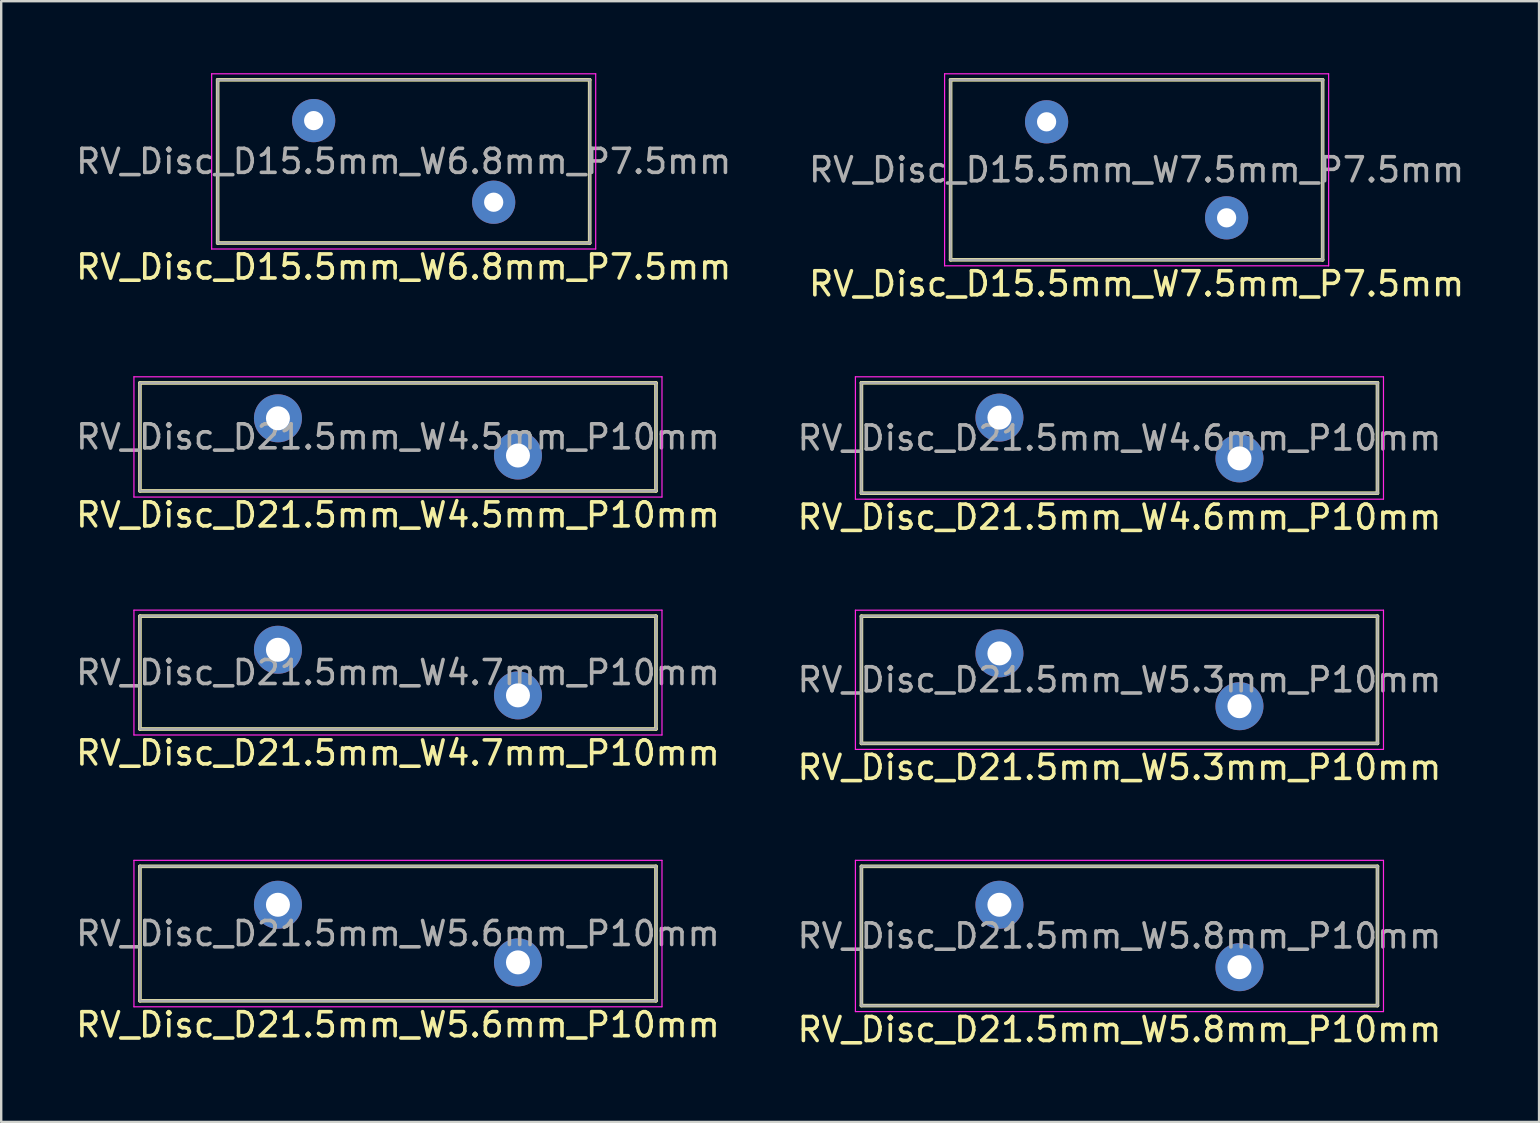
<source format=kicad_pcb>
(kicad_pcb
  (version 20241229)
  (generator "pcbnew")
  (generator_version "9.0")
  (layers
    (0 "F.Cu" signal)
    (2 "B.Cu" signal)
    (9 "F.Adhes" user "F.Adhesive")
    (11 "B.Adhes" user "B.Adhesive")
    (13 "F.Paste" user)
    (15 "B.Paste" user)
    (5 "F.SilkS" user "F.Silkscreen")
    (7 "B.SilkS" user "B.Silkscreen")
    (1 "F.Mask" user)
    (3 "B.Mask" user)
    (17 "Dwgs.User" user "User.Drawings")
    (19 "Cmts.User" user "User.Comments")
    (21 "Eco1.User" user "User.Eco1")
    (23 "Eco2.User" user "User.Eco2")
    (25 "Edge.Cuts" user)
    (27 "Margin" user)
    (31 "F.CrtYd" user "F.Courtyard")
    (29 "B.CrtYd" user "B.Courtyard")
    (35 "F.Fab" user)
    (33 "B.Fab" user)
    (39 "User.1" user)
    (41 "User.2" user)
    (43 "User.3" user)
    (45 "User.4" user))
  (footprint "RV_Disc_D15.5mm_W6.8mm_P7.5mm"
    (layer "F.Cu")
    (at 10.018 1.975)
    (property "Reference" "RV_Disc_D15.5mm_W6.8mm_P7.5mm" (at 3.75 6.1 0) (layer "F.SilkS") (effects (font (size 1 1) (thickness 0.15))))
    (attr through_hole)
    (fp_line (start -4 -1.7) (end -4 5.1) (stroke (width 0.15) (type solid)) (layer "F.SilkS"))
    (fp_line (start -4 -1.7) (end 11.5 -1.7) (stroke (width 0.15) (type solid)) (layer "F.SilkS"))
    (fp_line (start -4 5.1) (end 11.5 5.1) (stroke (width 0.15) (type solid)) (layer "F.SilkS"))
    (fp_line (start 11.5 -1.7) (end 11.5 5.1) (stroke (width 0.15) (type solid)) (layer "F.SilkS"))
    (fp_line (start -4.25 -1.95) (end -4.25 5.35) (stroke (width 0.05) (type solid)) (layer "F.CrtYd"))
    (fp_line (start -4.25 -1.95) (end 11.75 -1.95) (stroke (width 0.05) (type solid)) (layer "F.CrtYd"))
    (fp_line (start -4.25 5.35) (end 11.75 5.35) (stroke (width 0.05) (type solid)) (layer "F.CrtYd"))
    (fp_line (start 11.75 -1.95) (end 11.75 5.35) (stroke (width 0.05) (type solid)) (layer "F.CrtYd"))
    (fp_line (start -4 -1.7) (end -4 5.1) (stroke (width 0.1) (type solid)) (layer "F.Fab"))
    (fp_line (start -4 -1.7) (end 11.5 -1.7) (stroke (width 0.1) (type solid)) (layer "F.Fab"))
    (fp_line (start -4 5.1) (end 11.5 5.1) (stroke (width 0.1) (type solid)) (layer "F.Fab"))
    (fp_line (start 11.5 -1.7) (end 11.5 5.1) (stroke (width 0.1) (type solid)) (layer "F.Fab"))
    (fp_text user "${REFERENCE}" (at 3.75 1.7 0) (layer "F.Fab") (effects (font (size 1 1) (thickness 0.15))))
    (pad "1" thru_hole circle (at 0 0) (size 1.8 1.8) (drill 0.8) (layers "*.Cu" "*.Mask"))
    (pad "2" thru_hole circle (at 7.5 3.4) (size 1.8 1.8) (drill 0.8) (layers "*.Cu" "*.Mask")))
  (footprint "RV_Disc_D21.5mm_W5.8mm_P10mm"
    (layer "F.Cu")
    (at 38.589 34.645)
    (property "Reference" "RV_Disc_D21.5mm_W5.8mm_P10mm" (at 5 5.2 0) (layer "F.SilkS") (effects (font (size 1 1) (thickness 0.15))))
    (attr through_hole)
    (fp_line (start -5.75 -1.6) (end -5.75 4.2) (stroke (width 0.15) (type solid)) (layer "F.SilkS"))
    (fp_line (start -5.75 -1.6) (end 15.75 -1.6) (stroke (width 0.15) (type solid)) (layer "F.SilkS"))
    (fp_line (start -5.75 4.2) (end 15.75 4.2) (stroke (width 0.15) (type solid)) (layer "F.SilkS"))
    (fp_line (start 15.75 -1.6) (end 15.75 4.2) (stroke (width 0.15) (type solid)) (layer "F.SilkS"))
    (fp_line (start -6 -1.85) (end -6 4.45) (stroke (width 0.05) (type solid)) (layer "F.CrtYd"))
    (fp_line (start -6 -1.85) (end 16 -1.85) (stroke (width 0.05) (type solid)) (layer "F.CrtYd"))
    (fp_line (start -6 4.45) (end 16 4.45) (stroke (width 0.05) (type solid)) (layer "F.CrtYd"))
    (fp_line (start 16 -1.85) (end 16 4.45) (stroke (width 0.05) (type solid)) (layer "F.CrtYd"))
    (fp_line (start -5.75 -1.6) (end -5.75 4.2) (stroke (width 0.1) (type solid)) (layer "F.Fab"))
    (fp_line (start -5.75 -1.6) (end 15.75 -1.6) (stroke (width 0.1) (type solid)) (layer "F.Fab"))
    (fp_line (start -5.75 4.2) (end 15.75 4.2) (stroke (width 0.1) (type solid)) (layer "F.Fab"))
    (fp_line (start 15.75 -1.6) (end 15.75 4.2) (stroke (width 0.1) (type solid)) (layer "F.Fab"))
    (fp_text user "${REFERENCE}" (at 5 1.3 0) (layer "F.Fab") (effects (font (size 1 1) (thickness 0.15))))
    (pad "1" thru_hole circle (at 0 0) (size 2 2) (drill 1) (layers "*.Cu" "*.Mask"))
    (pad "2" thru_hole circle (at 10 2.6) (size 2 2) (drill 1) (layers "*.Cu" "*.Mask")))
  (footprint "RV_Disc_D21.5mm_W4.6mm_P10mm"
    (layer "F.Cu")
    (at 38.589 14.348)
    (property "Reference" "RV_Disc_D21.5mm_W4.6mm_P10mm" (at 5 4.15 0) (layer "F.SilkS") (effects (font (size 1 1) (thickness 0.15))))
    (attr through_hole)
    (fp_line (start -5.75 -1.45) (end -5.75 3.15) (stroke (width 0.15) (type solid)) (layer "F.SilkS"))
    (fp_line (start -5.75 -1.45) (end 15.75 -1.45) (stroke (width 0.15) (type solid)) (layer "F.SilkS"))
    (fp_line (start -5.75 3.15) (end 15.75 3.15) (stroke (width 0.15) (type solid)) (layer "F.SilkS"))
    (fp_line (start 15.75 -1.45) (end 15.75 3.15) (stroke (width 0.15) (type solid)) (layer "F.SilkS"))
    (fp_line (start -6 -1.7) (end -6 3.4) (stroke (width 0.05) (type solid)) (layer "F.CrtYd"))
    (fp_line (start -6 -1.7) (end 16 -1.7) (stroke (width 0.05) (type solid)) (layer "F.CrtYd"))
    (fp_line (start -6 3.4) (end 16 3.4) (stroke (width 0.05) (type solid)) (layer "F.CrtYd"))
    (fp_line (start 16 -1.7) (end 16 3.4) (stroke (width 0.05) (type solid)) (layer "F.CrtYd"))
    (fp_line (start -5.75 -1.45) (end -5.75 3.15) (stroke (width 0.1) (type solid)) (layer "F.Fab"))
    (fp_line (start -5.75 -1.45) (end 15.75 -1.45) (stroke (width 0.1) (type solid)) (layer "F.Fab"))
    (fp_line (start -5.75 3.15) (end 15.75 3.15) (stroke (width 0.1) (type solid)) (layer "F.Fab"))
    (fp_line (start 15.75 -1.45) (end 15.75 3.15) (stroke (width 0.1) (type solid)) (layer "F.Fab"))
    (fp_text user "${REFERENCE}" (at 5 0.85 0) (layer "F.Fab") (effects (font (size 1 1) (thickness 0.15))))
    (pad "1" thru_hole circle (at 0 0) (size 2 2) (drill 1) (layers "*.Cu" "*.Mask"))
    (pad "2" thru_hole circle (at 10 1.7) (size 2 2) (drill 1) (layers "*.Cu" "*.Mask")))
  (footprint "RV_Disc_D21.5mm_W4.5mm_P10mm"
    (layer "F.Cu")
    (at 8.53 14.378)
    (property "Reference" "RV_Disc_D21.5mm_W4.5mm_P10mm" (at 5 4.025 0) (layer "F.SilkS") (effects (font (size 1 1) (thickness 0.15))))
    (attr through_hole)
    (fp_line (start -5.75 -1.475) (end -5.75 3.025) (stroke (width 0.15) (type solid)) (layer "F.SilkS"))
    (fp_line (start -5.75 -1.475) (end 15.75 -1.475) (stroke (width 0.15) (type solid)) (layer "F.SilkS"))
    (fp_line (start -5.75 3.025) (end 15.75 3.025) (stroke (width 0.15) (type solid)) (layer "F.SilkS"))
    (fp_line (start 15.75 -1.475) (end 15.75 3.025) (stroke (width 0.15) (type solid)) (layer "F.SilkS"))
    (fp_line (start -6 -1.73) (end -6 3.28) (stroke (width 0.05) (type solid)) (layer "F.CrtYd"))
    (fp_line (start -6 -1.73) (end 16 -1.73) (stroke (width 0.05) (type solid)) (layer "F.CrtYd"))
    (fp_line (start -6 3.28) (end 16 3.28) (stroke (width 0.05) (type solid)) (layer "F.CrtYd"))
    (fp_line (start 16 -1.73) (end 16 3.28) (stroke (width 0.05) (type solid)) (layer "F.CrtYd"))
    (fp_line (start -5.75 -1.475) (end -5.75 3.025) (stroke (width 0.1) (type solid)) (layer "F.Fab"))
    (fp_line (start -5.75 -1.475) (end 15.75 -1.475) (stroke (width 0.1) (type solid)) (layer "F.Fab"))
    (fp_line (start -5.75 3.025) (end 15.75 3.025) (stroke (width 0.1) (type solid)) (layer "F.Fab"))
    (fp_line (start 15.75 -1.475) (end 15.75 3.025) (stroke (width 0.1) (type solid)) (layer "F.Fab"))
    (fp_text user "${REFERENCE}" (at 5 0.775 0) (layer "F.Fab") (effects (font (size 1 1) (thickness 0.15))))
    (pad "1" thru_hole circle (at 0 0) (size 2 2) (drill 1) (layers "*.Cu" "*.Mask"))
    (pad "2" thru_hole circle (at 10 1.55) (size 2 2) (drill 1) (layers "*.Cu" "*.Mask")))
  (footprint "RV_Disc_D21.5mm_W5.3mm_P10mm"
    (layer "F.Cu")
    (at 38.589 24.172)
    (property "Reference" "RV_Disc_D21.5mm_W5.3mm_P10mm" (at 5 4.75 0) (layer "F.SilkS") (effects (font (size 1 1) (thickness 0.15))))
    (attr through_hole)
    (fp_line (start -5.75 -1.55) (end -5.75 3.75) (stroke (width 0.15) (type solid)) (layer "F.SilkS"))
    (fp_line (start -5.75 -1.55) (end 15.75 -1.55) (stroke (width 0.15) (type solid)) (layer "F.SilkS"))
    (fp_line (start -5.75 3.75) (end 15.75 3.75) (stroke (width 0.15) (type solid)) (layer "F.SilkS"))
    (fp_line (start 15.75 -1.55) (end 15.75 3.75) (stroke (width 0.15) (type solid)) (layer "F.SilkS"))
    (fp_line (start -6 -1.8) (end -6 4) (stroke (width 0.05) (type solid)) (layer "F.CrtYd"))
    (fp_line (start -6 -1.8) (end 16 -1.8) (stroke (width 0.05) (type solid)) (layer "F.CrtYd"))
    (fp_line (start -6 4) (end 16 4) (stroke (width 0.05) (type solid)) (layer "F.CrtYd"))
    (fp_line (start 16 -1.8) (end 16 4) (stroke (width 0.05) (type solid)) (layer "F.CrtYd"))
    (fp_line (start -5.75 -1.55) (end -5.75 3.75) (stroke (width 0.1) (type solid)) (layer "F.Fab"))
    (fp_line (start -5.75 -1.55) (end 15.75 -1.55) (stroke (width 0.1) (type solid)) (layer "F.Fab"))
    (fp_line (start -5.75 3.75) (end 15.75 3.75) (stroke (width 0.1) (type solid)) (layer "F.Fab"))
    (fp_line (start 15.75 -1.55) (end 15.75 3.75) (stroke (width 0.1) (type solid)) (layer "F.Fab"))
    (fp_text user "${REFERENCE}" (at 5 1.1 0) (layer "F.Fab") (effects (font (size 1 1) (thickness 0.15))))
    (pad "1" thru_hole circle (at 0 0) (size 2 2) (drill 1) (layers "*.Cu" "*.Mask"))
    (pad "2" thru_hole circle (at 10 2.2) (size 2 2) (drill 1) (layers "*.Cu" "*.Mask")))
  (footprint "RV_Disc_D15.5mm_W7.5mm_P7.5mm"
    (layer "F.Cu")
    (at 40.554 2.025)
    (property "Reference" "RV_Disc_D15.5mm_W7.5mm_P7.5mm" (at 3.75 6.75 0) (layer "F.SilkS") (effects (font (size 1 1) (thickness 0.15))))
    (attr through_hole)
    (fp_line (start -4 -1.75) (end -4 5.75) (stroke (width 0.15) (type solid)) (layer "F.SilkS"))
    (fp_line (start -4 -1.75) (end 11.5 -1.75) (stroke (width 0.15) (type solid)) (layer "F.SilkS"))
    (fp_line (start -4 5.75) (end 11.5 5.75) (stroke (width 0.15) (type solid)) (layer "F.SilkS"))
    (fp_line (start 11.5 -1.75) (end 11.5 5.75) (stroke (width 0.15) (type solid)) (layer "F.SilkS"))
    (fp_line (start -4.25 -2) (end -4.25 6) (stroke (width 0.05) (type solid)) (layer "F.CrtYd"))
    (fp_line (start -4.25 -2) (end 11.75 -2) (stroke (width 0.05) (type solid)) (layer "F.CrtYd"))
    (fp_line (start -4.25 6) (end 11.75 6) (stroke (width 0.05) (type solid)) (layer "F.CrtYd"))
    (fp_line (start 11.75 -2) (end 11.75 6) (stroke (width 0.05) (type solid)) (layer "F.CrtYd"))
    (fp_line (start -4 -1.75) (end -4 5.75) (stroke (width 0.1) (type solid)) (layer "F.Fab"))
    (fp_line (start -4 -1.75) (end 11.5 -1.75) (stroke (width 0.1) (type solid)) (layer "F.Fab"))
    (fp_line (start -4 5.75) (end 11.5 5.75) (stroke (width 0.1) (type solid)) (layer "F.Fab"))
    (fp_line (start 11.5 -1.75) (end 11.5 5.75) (stroke (width 0.1) (type solid)) (layer "F.Fab"))
    (fp_text user "${REFERENCE}" (at 3.75 2 0) (layer "F.Fab") (effects (font (size 1 1) (thickness 0.15))))
    (pad "1" thru_hole circle (at 0 0) (size 1.8 1.8) (drill 0.8) (layers "*.Cu" "*.Mask"))
    (pad "2" thru_hole circle (at 7.5 4) (size 1.8 1.8) (drill 0.8) (layers "*.Cu" "*.Mask")))
  (footprint "RV_Disc_D21.5mm_W5.6mm_P10mm"
    (layer "F.Cu")
    (at 8.53 34.645)
    (property "Reference" "RV_Disc_D21.5mm_W5.6mm_P10mm" (at 5 5 0) (layer "F.SilkS") (effects (font (size 1 1) (thickness 0.15))))
    (attr through_hole)
    (fp_line (start -5.75 -1.6) (end -5.75 4) (stroke (width 0.15) (type solid)) (layer "F.SilkS"))
    (fp_line (start -5.75 -1.6) (end 15.75 -1.6) (stroke (width 0.15) (type solid)) (layer "F.SilkS"))
    (fp_line (start -5.75 4) (end 15.75 4) (stroke (width 0.15) (type solid)) (layer "F.SilkS"))
    (fp_line (start 15.75 -1.6) (end 15.75 4) (stroke (width 0.15) (type solid)) (layer "F.SilkS"))
    (fp_line (start -6 -1.85) (end -6 4.25) (stroke (width 0.05) (type solid)) (layer "F.CrtYd"))
    (fp_line (start -6 -1.85) (end 16 -1.85) (stroke (width 0.05) (type solid)) (layer "F.CrtYd"))
    (fp_line (start -6 4.25) (end 16 4.25) (stroke (width 0.05) (type solid)) (layer "F.CrtYd"))
    (fp_line (start 16 -1.85) (end 16 4.25) (stroke (width 0.05) (type solid)) (layer "F.CrtYd"))
    (fp_line (start -5.75 -1.6) (end -5.75 4) (stroke (width 0.1) (type solid)) (layer "F.Fab"))
    (fp_line (start -5.75 -1.6) (end 15.75 -1.6) (stroke (width 0.1) (type solid)) (layer "F.Fab"))
    (fp_line (start -5.75 4) (end 15.75 4) (stroke (width 0.1) (type solid)) (layer "F.Fab"))
    (fp_line (start 15.75 -1.6) (end 15.75 4) (stroke (width 0.1) (type solid)) (layer "F.Fab"))
    (fp_text user "${REFERENCE}" (at 5 1.2 0) (layer "F.Fab") (effects (font (size 1 1) (thickness 0.15))))
    (pad "1" thru_hole circle (at 0 0) (size 2 2) (drill 1) (layers "*.Cu" "*.Mask"))
    (pad "2" thru_hole circle (at 10 2.4) (size 2 2) (drill 1) (layers "*.Cu" "*.Mask")))
  (footprint "RV_Disc_D21.5mm_W4.7mm_P10mm"
    (layer "F.Cu")
    (at 8.53 24.021)
    (property "Reference" "RV_Disc_D21.5mm_W4.7mm_P10mm" (at 5 4.3 0) (layer "F.SilkS") (effects (font (size 1 1) (thickness 0.15))))
    (attr through_hole)
    (fp_line (start -5.75 -1.4) (end -5.75 3.3) (stroke (width 0.15) (type solid)) (layer "F.SilkS"))
    (fp_line (start -5.75 -1.4) (end 15.75 -1.4) (stroke (width 0.15) (type solid)) (layer "F.SilkS"))
    (fp_line (start -5.75 3.3) (end 15.75 3.3) (stroke (width 0.15) (type solid)) (layer "F.SilkS"))
    (fp_line (start 15.75 -1.4) (end 15.75 3.3) (stroke (width 0.15) (type solid)) (layer "F.SilkS"))
    (fp_line (start -6 -1.65) (end -6 3.55) (stroke (width 0.05) (type solid)) (layer "F.CrtYd"))
    (fp_line (start -6 -1.65) (end 16 -1.65) (stroke (width 0.05) (type solid)) (layer "F.CrtYd"))
    (fp_line (start -6 3.55) (end 16 3.55) (stroke (width 0.05) (type solid)) (layer "F.CrtYd"))
    (fp_line (start 16 -1.65) (end 16 3.55) (stroke (width 0.05) (type solid)) (layer "F.CrtYd"))
    (fp_line (start -5.75 -1.4) (end -5.75 3.3) (stroke (width 0.1) (type solid)) (layer "F.Fab"))
    (fp_line (start -5.75 -1.4) (end 15.75 -1.4) (stroke (width 0.1) (type solid)) (layer "F.Fab"))
    (fp_line (start -5.75 3.3) (end 15.75 3.3) (stroke (width 0.1) (type solid)) (layer "F.Fab"))
    (fp_line (start 15.75 -1.4) (end 15.75 3.3) (stroke (width 0.1) (type solid)) (layer "F.Fab"))
    (fp_text user "${REFERENCE}" (at 5 0.95 0) (layer "F.Fab") (effects (font (size 1 1) (thickness 0.15))))
    (pad "1" thru_hole circle (at 0 0) (size 2 2) (drill 1) (layers "*.Cu" "*.Mask"))
    (pad "2" thru_hole circle (at 10 1.9) (size 2 2) (drill 1) (layers "*.Cu" "*.Mask")))
  (gr_rect
    (start -3 -3)
    (end 61.071 43.693)
    (stroke (width 0.1) (type default))
    (fill no)
    (layer "Edge.Cuts")))
</source>
